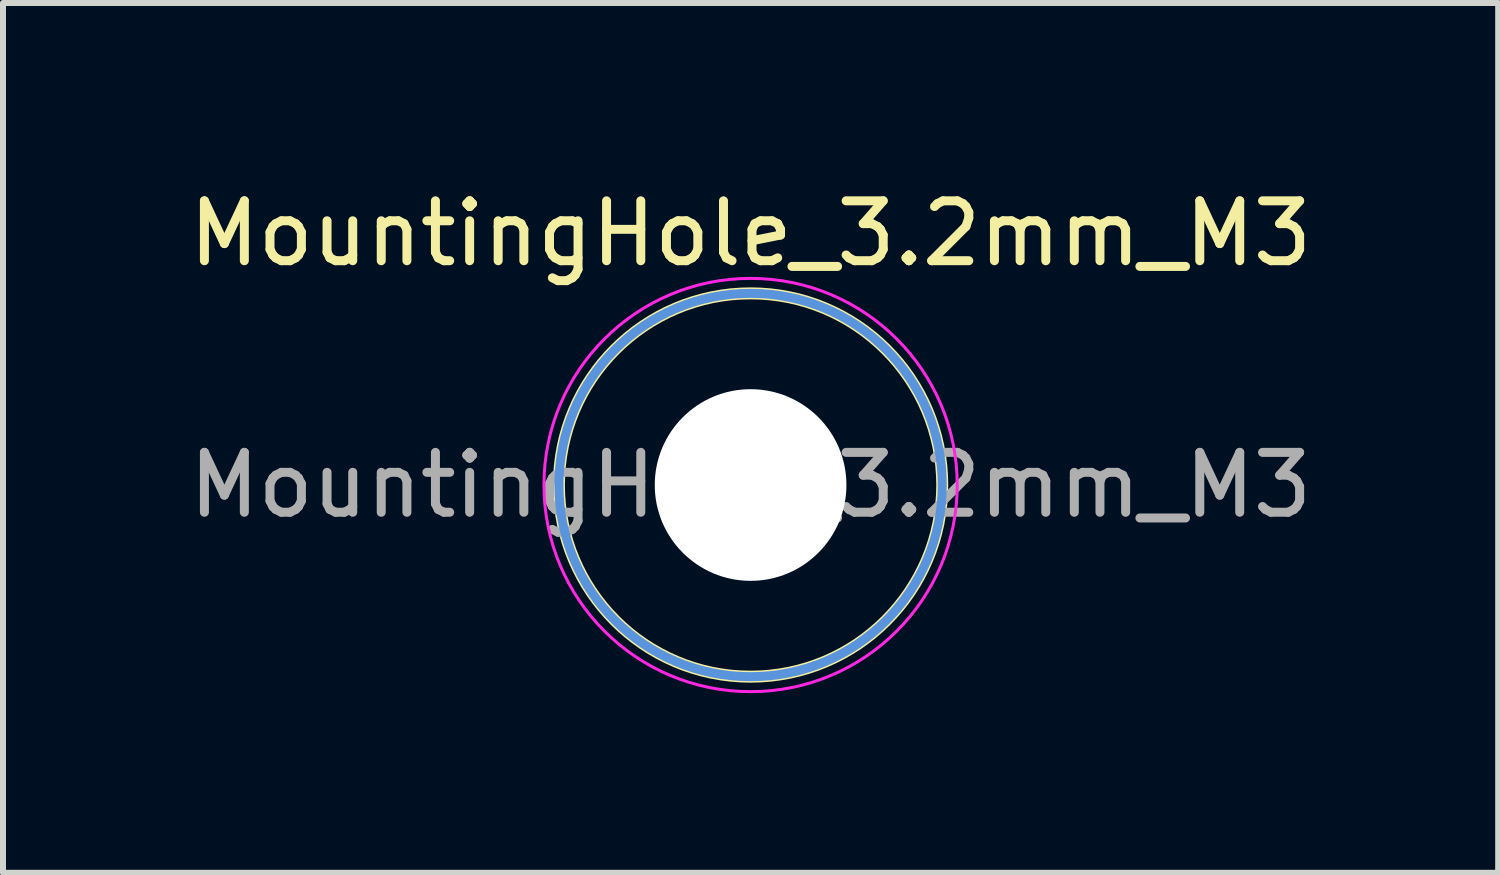
<source format=kicad_pcb>
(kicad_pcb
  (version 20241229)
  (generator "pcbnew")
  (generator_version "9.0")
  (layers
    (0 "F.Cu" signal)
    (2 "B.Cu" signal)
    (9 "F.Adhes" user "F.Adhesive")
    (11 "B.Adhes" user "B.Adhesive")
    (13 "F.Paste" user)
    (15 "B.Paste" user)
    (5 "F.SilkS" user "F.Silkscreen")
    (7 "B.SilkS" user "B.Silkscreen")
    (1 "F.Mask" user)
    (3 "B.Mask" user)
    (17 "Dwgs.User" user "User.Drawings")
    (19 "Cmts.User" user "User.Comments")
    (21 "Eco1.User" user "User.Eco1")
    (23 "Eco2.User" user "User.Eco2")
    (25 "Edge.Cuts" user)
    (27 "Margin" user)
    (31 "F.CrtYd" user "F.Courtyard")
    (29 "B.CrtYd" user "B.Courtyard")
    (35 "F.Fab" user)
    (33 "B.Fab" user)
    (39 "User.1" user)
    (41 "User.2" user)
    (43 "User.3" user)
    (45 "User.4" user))
  (footprint "MountingHole_3.2mm_M3"
    (layer "F.Cu")
    (at 9.482 5.048)
    (property "Reference" "MountingHole_3.2mm_M3" (at 0 -4.2 0) (layer "F.SilkS") (effects (font (size 1 1) (thickness 0.15))))
    (attr exclude_from_pos_files exclude_from_bom)
    (fp_circle (center 0 0) (end 3.2 0) (stroke (width 0.2) (type solid)) (fill no) (layer "F.SilkS"))
    (fp_circle (center 0 0) (end 3.2 0) (stroke (width 0.15) (type solid)) (fill no) (layer "Cmts.User"))
    (fp_circle (center 0 0) (end 3.45 0) (stroke (width 0.05) (type solid)) (fill no) (layer "F.CrtYd"))
    (fp_text user "${REFERENCE}" (at 0 0 0) (layer "F.Fab") (effects (font (size 1 1) (thickness 0.15))))
    (pad "" np_thru_hole circle (at 0 0) (size 3.2 3.2) (drill 3.2) (layers "*.Cu" "*.Mask")))
  (gr_rect
    (start -3 -3)
    (end 21.964 11.523)
    (stroke (width 0.1) (type default))
    (fill no)
    (layer "Edge.Cuts")))
</source>
